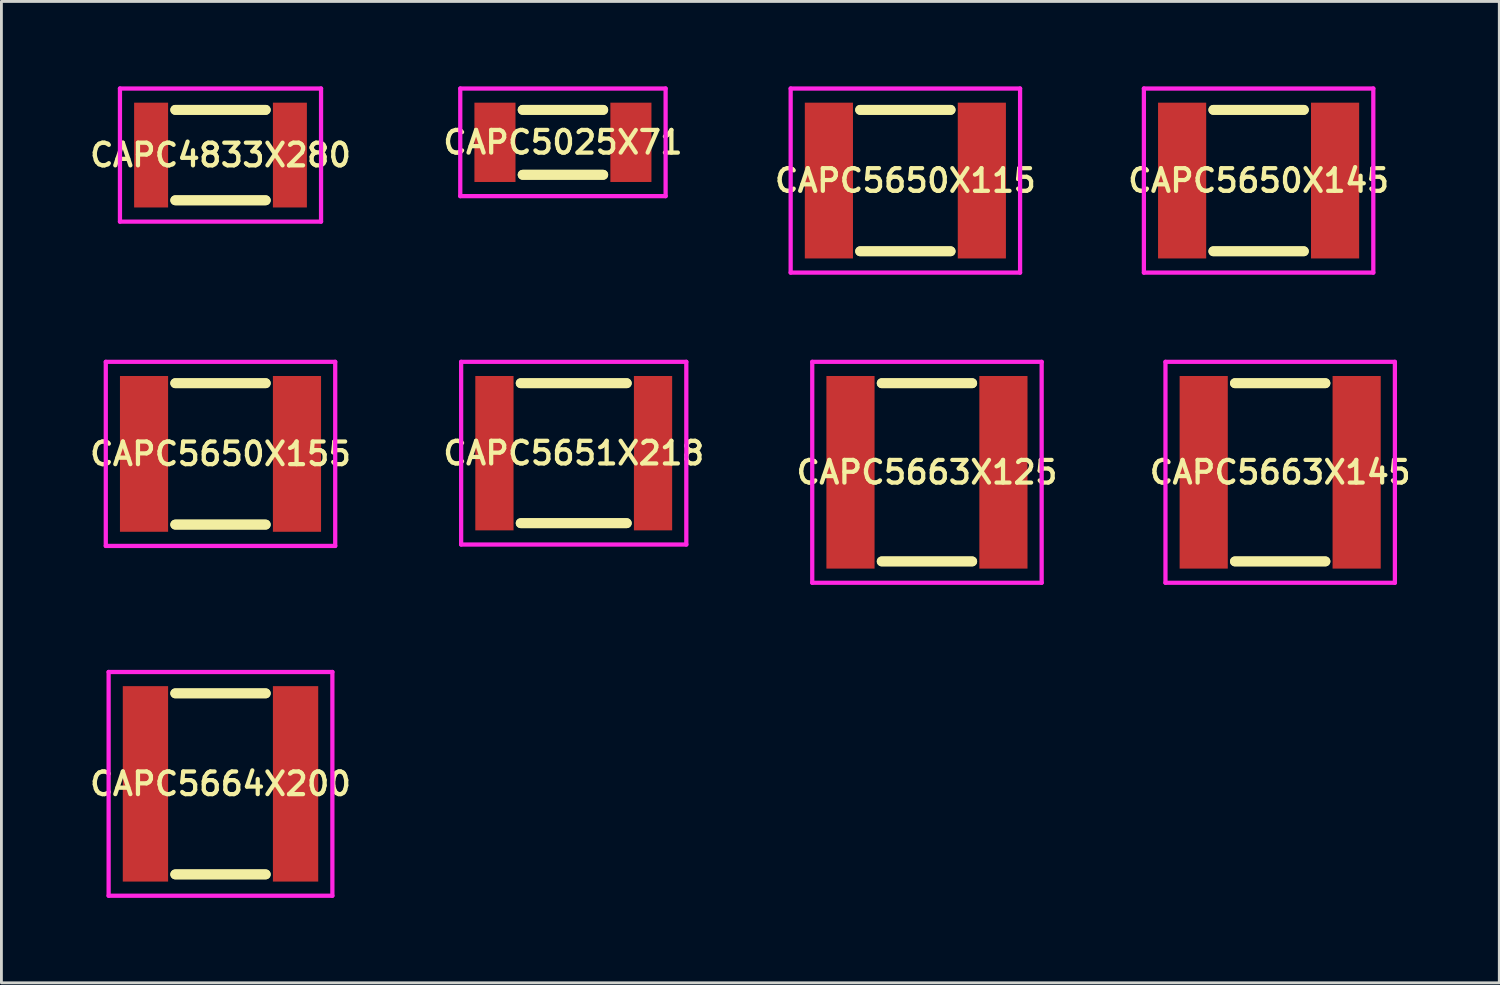
<source format=kicad_pcb>
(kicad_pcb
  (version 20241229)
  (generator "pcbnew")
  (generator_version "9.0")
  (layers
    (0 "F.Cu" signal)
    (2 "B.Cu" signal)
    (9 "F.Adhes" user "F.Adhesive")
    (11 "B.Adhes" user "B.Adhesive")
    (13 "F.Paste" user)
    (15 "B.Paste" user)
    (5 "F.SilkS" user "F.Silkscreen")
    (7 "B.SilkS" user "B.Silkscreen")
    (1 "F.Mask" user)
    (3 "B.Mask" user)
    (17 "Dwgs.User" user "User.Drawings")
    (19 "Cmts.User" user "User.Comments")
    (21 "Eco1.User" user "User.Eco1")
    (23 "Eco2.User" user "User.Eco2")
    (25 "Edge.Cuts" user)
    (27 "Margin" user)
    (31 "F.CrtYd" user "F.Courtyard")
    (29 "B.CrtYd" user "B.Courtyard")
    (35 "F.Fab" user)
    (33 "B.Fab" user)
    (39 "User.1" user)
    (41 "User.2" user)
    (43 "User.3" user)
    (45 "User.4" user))
  (footprint "CAPC5025X71"
    (layer "F.Cu")
    (at 16.825 1.975)
    (property "Reference" "CAPC5025X71" (at 0 0 0) (layer "F.SilkS") (effects (font (size 0.8 0.8) (thickness 0.15))))
    (attr smd)
    (fp_line (start -1.421 -1.146) (end 1.421 -1.146) (stroke (width 0.35) (type solid)) (layer "F.SilkS"))
    (fp_line (start -1.421 1.146) (end 1.421 1.146) (stroke (width 0.35) (type solid)) (layer "F.SilkS"))
    (fp_line (start 1.421 -1.146) (end -1.421 -1.146) (stroke (width 0.35) (type solid)) (layer "F.SilkS"))
    (fp_line (start 1.421 1.146) (end -1.421 1.146) (stroke (width 0.35) (type solid)) (layer "F.SilkS"))
    (fp_line (start -3.625 -1.9) (end 3.625 -1.9) (stroke (width 0.15) (type solid)) (layer "F.CrtYd"))
    (fp_line (start -3.625 1.9) (end -3.625 -1.9) (stroke (width 0.15) (type solid)) (layer "F.CrtYd"))
    (fp_line (start 3.625 -1.9) (end 3.625 1.9) (stroke (width 0.15) (type solid)) (layer "F.CrtYd"))
    (fp_line (start 3.625 1.9) (end -3.625 1.9) (stroke (width 0.15) (type solid)) (layer "F.CrtYd"))
    (pad "1" smd rect (at -2.4 0) (size 1.45 2.8) (layers "F.Cu" "F.Mask" "F.Paste"))
    (pad "2" smd rect (at 2.4 0) (size 1.45 2.8) (layers "F.Cu" "F.Mask" "F.Paste")))
  (footprint "CAPC5650X115"
    (layer "F.Cu")
    (at 28.915 3.325)
    (property "Reference" "CAPC5650X115" (at 0 0 0) (layer "F.SilkS") (effects (font (size 0.8 0.8) (thickness 0.15))))
    (attr smd)
    (fp_line (start -1.596 -2.496) (end 1.596 -2.496) (stroke (width 0.35) (type solid)) (layer "F.SilkS"))
    (fp_line (start -1.596 2.496) (end 1.596 2.496) (stroke (width 0.35) (type solid)) (layer "F.SilkS"))
    (fp_line (start 1.596 -2.496) (end -1.596 -2.496) (stroke (width 0.35) (type solid)) (layer "F.SilkS"))
    (fp_line (start 1.596 2.496) (end -1.596 2.496) (stroke (width 0.35) (type solid)) (layer "F.SilkS"))
    (fp_line (start -4.05 -3.25) (end 4.05 -3.25) (stroke (width 0.15) (type solid)) (layer "F.CrtYd"))
    (fp_line (start -4.05 3.25) (end -4.05 -3.25) (stroke (width 0.15) (type solid)) (layer "F.CrtYd"))
    (fp_line (start 4.05 -3.25) (end 4.05 3.25) (stroke (width 0.15) (type solid)) (layer "F.CrtYd"))
    (fp_line (start 4.05 3.25) (end -4.05 3.25) (stroke (width 0.15) (type solid)) (layer "F.CrtYd"))
    (pad "1" smd rect (at -2.7 0) (size 1.7 5.5) (layers "F.Cu" "F.Mask" "F.Paste"))
    (pad "2" smd rect (at 2.7 0) (size 1.7 5.5) (layers "F.Cu" "F.Mask" "F.Paste")))
  (footprint "CAPC5663X125"
    (layer "F.Cu")
    (at 29.677 13.625)
    (property "Reference" "CAPC5663X125" (at 0 0 0) (layer "F.SilkS") (effects (font (size 0.8 0.8) (thickness 0.15))))
    (attr smd)
    (fp_line (start -1.596 -3.146) (end 1.596 -3.146) (stroke (width 0.35) (type solid)) (layer "F.SilkS"))
    (fp_line (start -1.596 3.146) (end 1.596 3.146) (stroke (width 0.35) (type solid)) (layer "F.SilkS"))
    (fp_line (start 1.596 -3.146) (end -1.596 -3.146) (stroke (width 0.35) (type solid)) (layer "F.SilkS"))
    (fp_line (start 1.596 3.146) (end -1.596 3.146) (stroke (width 0.35) (type solid)) (layer "F.SilkS"))
    (fp_line (start -4.05 -3.9) (end 4.05 -3.9) (stroke (width 0.15) (type solid)) (layer "F.CrtYd"))
    (fp_line (start -4.05 3.9) (end -4.05 -3.9) (stroke (width 0.15) (type solid)) (layer "F.CrtYd"))
    (fp_line (start 4.05 -3.9) (end 4.05 3.9) (stroke (width 0.15) (type solid)) (layer "F.CrtYd"))
    (fp_line (start 4.05 3.9) (end -4.05 3.9) (stroke (width 0.15) (type solid)) (layer "F.CrtYd"))
    (pad "1" smd rect (at -2.7 0) (size 1.7 6.8) (layers "F.Cu" "F.Mask" "F.Paste"))
    (pad "2" smd rect (at 2.7 0) (size 1.7 6.8) (layers "F.Cu" "F.Mask" "F.Paste")))
  (footprint "CAPC5650X145"
    (layer "F.Cu")
    (at 41.386 3.325)
    (property "Reference" "CAPC5650X145" (at 0 0 0) (layer "F.SilkS") (effects (font (size 0.8 0.8) (thickness 0.15))))
    (attr smd)
    (fp_line (start -1.596 -2.496) (end 1.596 -2.496) (stroke (width 0.35) (type solid)) (layer "F.SilkS"))
    (fp_line (start -1.596 2.496) (end 1.596 2.496) (stroke (width 0.35) (type solid)) (layer "F.SilkS"))
    (fp_line (start 1.596 -2.496) (end -1.596 -2.496) (stroke (width 0.35) (type solid)) (layer "F.SilkS"))
    (fp_line (start 1.596 2.496) (end -1.596 2.496) (stroke (width 0.35) (type solid)) (layer "F.SilkS"))
    (fp_line (start -4.05 -3.25) (end 4.05 -3.25) (stroke (width 0.15) (type solid)) (layer "F.CrtYd"))
    (fp_line (start -4.05 3.25) (end -4.05 -3.25) (stroke (width 0.15) (type solid)) (layer "F.CrtYd"))
    (fp_line (start 4.05 -3.25) (end 4.05 3.25) (stroke (width 0.15) (type solid)) (layer "F.CrtYd"))
    (fp_line (start 4.05 3.25) (end -4.05 3.25) (stroke (width 0.15) (type solid)) (layer "F.CrtYd"))
    (pad "1" smd rect (at -2.7 0) (size 1.7 5.5) (layers "F.Cu" "F.Mask" "F.Paste"))
    (pad "2" smd rect (at 2.7 0) (size 1.7 5.5) (layers "F.Cu" "F.Mask" "F.Paste")))
  (footprint "CAPC4833X280"
    (layer "F.Cu")
    (at 4.735 2.425)
    (property "Reference" "CAPC4833X280" (at 0 0 0) (layer "F.SilkS") (effects (font (size 0.8 0.8) (thickness 0.15))))
    (attr smd)
    (fp_line (start -1.596 -1.596) (end 1.596 -1.596) (stroke (width 0.35) (type solid)) (layer "F.SilkS"))
    (fp_line (start -1.596 1.596) (end 1.596 1.596) (stroke (width 0.35) (type solid)) (layer "F.SilkS"))
    (fp_line (start 1.596 -1.596) (end -1.596 -1.596) (stroke (width 0.35) (type solid)) (layer "F.SilkS"))
    (fp_line (start 1.596 1.596) (end -1.596 1.596) (stroke (width 0.35) (type solid)) (layer "F.SilkS"))
    (fp_line (start -3.55 -2.35) (end 3.55 -2.35) (stroke (width 0.15) (type solid)) (layer "F.CrtYd"))
    (fp_line (start -3.55 2.35) (end -3.55 -2.35) (stroke (width 0.15) (type solid)) (layer "F.CrtYd"))
    (fp_line (start 3.55 -2.35) (end 3.55 2.35) (stroke (width 0.15) (type solid)) (layer "F.CrtYd"))
    (fp_line (start 3.55 2.35) (end -3.55 2.35) (stroke (width 0.15) (type solid)) (layer "F.CrtYd"))
    (pad "1" smd rect (at -2.45 0) (size 1.2 3.7) (layers "F.Cu" "F.Mask" "F.Paste"))
    (pad "2" smd rect (at 2.45 0) (size 1.2 3.7) (layers "F.Cu" "F.Mask" "F.Paste")))
  (footprint "CAPC5664X200"
    (layer "F.Cu")
    (at 4.735 24.625)
    (property "Reference" "CAPC5664X200" (at 0 0 0) (layer "F.SilkS") (effects (font (size 0.8 0.8) (thickness 0.15))))
    (attr smd)
    (fp_line (start -1.596 -3.196) (end 1.596 -3.196) (stroke (width 0.35) (type solid)) (layer "F.SilkS"))
    (fp_line (start -1.596 3.196) (end 1.596 3.196) (stroke (width 0.35) (type solid)) (layer "F.SilkS"))
    (fp_line (start 1.596 -3.196) (end -1.596 -3.196) (stroke (width 0.35) (type solid)) (layer "F.SilkS"))
    (fp_line (start 1.596 3.196) (end -1.596 3.196) (stroke (width 0.35) (type solid)) (layer "F.SilkS"))
    (fp_line (start -3.95 -3.95) (end 3.95 -3.95) (stroke (width 0.15) (type solid)) (layer "F.CrtYd"))
    (fp_line (start -3.95 3.95) (end -3.95 -3.95) (stroke (width 0.15) (type solid)) (layer "F.CrtYd"))
    (fp_line (start 3.95 -3.95) (end 3.95 3.95) (stroke (width 0.15) (type solid)) (layer "F.CrtYd"))
    (fp_line (start 3.95 3.95) (end -3.95 3.95) (stroke (width 0.15) (type solid)) (layer "F.CrtYd"))
    (pad "1" smd rect (at -2.65 0) (size 1.6 6.9) (layers "F.Cu" "F.Mask" "F.Paste"))
    (pad "2" smd rect (at 2.65 0) (size 1.6 6.9) (layers "F.Cu" "F.Mask" "F.Paste")))
  (footprint "CAPC5651X218"
    (layer "F.Cu")
    (at 17.206 12.95)
    (property "Reference" "CAPC5651X218" (at 0 0 0) (layer "F.SilkS") (effects (font (size 0.8 0.8) (thickness 0.15))))
    (attr smd)
    (fp_line (start -1.871 -2.471) (end 1.871 -2.471) (stroke (width 0.35) (type solid)) (layer "F.SilkS"))
    (fp_line (start -1.871 2.471) (end 1.871 2.471) (stroke (width 0.35) (type solid)) (layer "F.SilkS"))
    (fp_line (start 1.871 -2.471) (end -1.871 -2.471) (stroke (width 0.35) (type solid)) (layer "F.SilkS"))
    (fp_line (start 1.871 2.471) (end -1.871 2.471) (stroke (width 0.35) (type solid)) (layer "F.SilkS"))
    (fp_line (start -3.975 -3.225) (end 3.975 -3.225) (stroke (width 0.15) (type solid)) (layer "F.CrtYd"))
    (fp_line (start -3.975 3.225) (end -3.975 -3.225) (stroke (width 0.15) (type solid)) (layer "F.CrtYd"))
    (fp_line (start 3.975 -3.225) (end 3.975 3.225) (stroke (width 0.15) (type solid)) (layer "F.CrtYd"))
    (fp_line (start 3.975 3.225) (end -3.975 3.225) (stroke (width 0.15) (type solid)) (layer "F.CrtYd"))
    (pad "1" smd rect (at -2.8 0) (size 1.35 5.45) (layers "F.Cu" "F.Mask" "F.Paste"))
    (pad "2" smd rect (at 2.8 0) (size 1.35 5.45) (layers "F.Cu" "F.Mask" "F.Paste")))
  (footprint "CAPC5650X155"
    (layer "F.Cu")
    (at 4.735 12.975)
    (property "Reference" "CAPC5650X155" (at 0 0 0) (layer "F.SilkS") (effects (font (size 0.8 0.8) (thickness 0.15))))
    (attr smd)
    (fp_line (start -1.596 -2.496) (end 1.596 -2.496) (stroke (width 0.35) (type solid)) (layer "F.SilkS"))
    (fp_line (start -1.596 2.496) (end 1.596 2.496) (stroke (width 0.35) (type solid)) (layer "F.SilkS"))
    (fp_line (start 1.596 -2.496) (end -1.596 -2.496) (stroke (width 0.35) (type solid)) (layer "F.SilkS"))
    (fp_line (start 1.596 2.496) (end -1.596 2.496) (stroke (width 0.35) (type solid)) (layer "F.SilkS"))
    (fp_line (start -4.05 -3.25) (end 4.05 -3.25) (stroke (width 0.15) (type solid)) (layer "F.CrtYd"))
    (fp_line (start -4.05 3.25) (end -4.05 -3.25) (stroke (width 0.15) (type solid)) (layer "F.CrtYd"))
    (fp_line (start 4.05 -3.25) (end 4.05 3.25) (stroke (width 0.15) (type solid)) (layer "F.CrtYd"))
    (fp_line (start 4.05 3.25) (end -4.05 3.25) (stroke (width 0.15) (type solid)) (layer "F.CrtYd"))
    (pad "1" smd rect (at -2.7 0) (size 1.7 5.5) (layers "F.Cu" "F.Mask" "F.Paste"))
    (pad "2" smd rect (at 2.7 0) (size 1.7 5.5) (layers "F.Cu" "F.Mask" "F.Paste")))
  (footprint "CAPC5663X145"
    (layer "F.Cu")
    (at 42.148 13.625)
    (property "Reference" "CAPC5663X145" (at 0 0 0) (layer "F.SilkS") (effects (font (size 0.8 0.8) (thickness 0.15))))
    (attr smd)
    (fp_line (start -1.596 -3.146) (end 1.596 -3.146) (stroke (width 0.35) (type solid)) (layer "F.SilkS"))
    (fp_line (start -1.596 3.146) (end 1.596 3.146) (stroke (width 0.35) (type solid)) (layer "F.SilkS"))
    (fp_line (start 1.596 -3.146) (end -1.596 -3.146) (stroke (width 0.35) (type solid)) (layer "F.SilkS"))
    (fp_line (start 1.596 3.146) (end -1.596 3.146) (stroke (width 0.35) (type solid)) (layer "F.SilkS"))
    (fp_line (start -4.05 -3.9) (end 4.05 -3.9) (stroke (width 0.15) (type solid)) (layer "F.CrtYd"))
    (fp_line (start -4.05 3.9) (end -4.05 -3.9) (stroke (width 0.15) (type solid)) (layer "F.CrtYd"))
    (fp_line (start 4.05 -3.9) (end 4.05 3.9) (stroke (width 0.15) (type solid)) (layer "F.CrtYd"))
    (fp_line (start 4.05 3.9) (end -4.05 3.9) (stroke (width 0.15) (type solid)) (layer "F.CrtYd"))
    (pad "1" smd rect (at -2.7 0) (size 1.7 6.8) (layers "F.Cu" "F.Mask" "F.Paste"))
    (pad "2" smd rect (at 2.7 0) (size 1.7 6.8) (layers "F.Cu" "F.Mask" "F.Paste")))
  (gr_rect
    (start -3 -3)
    (end 49.884 31.65)
    (stroke (width 0.1) (type default))
    (fill no)
    (layer "Edge.Cuts")))
</source>
